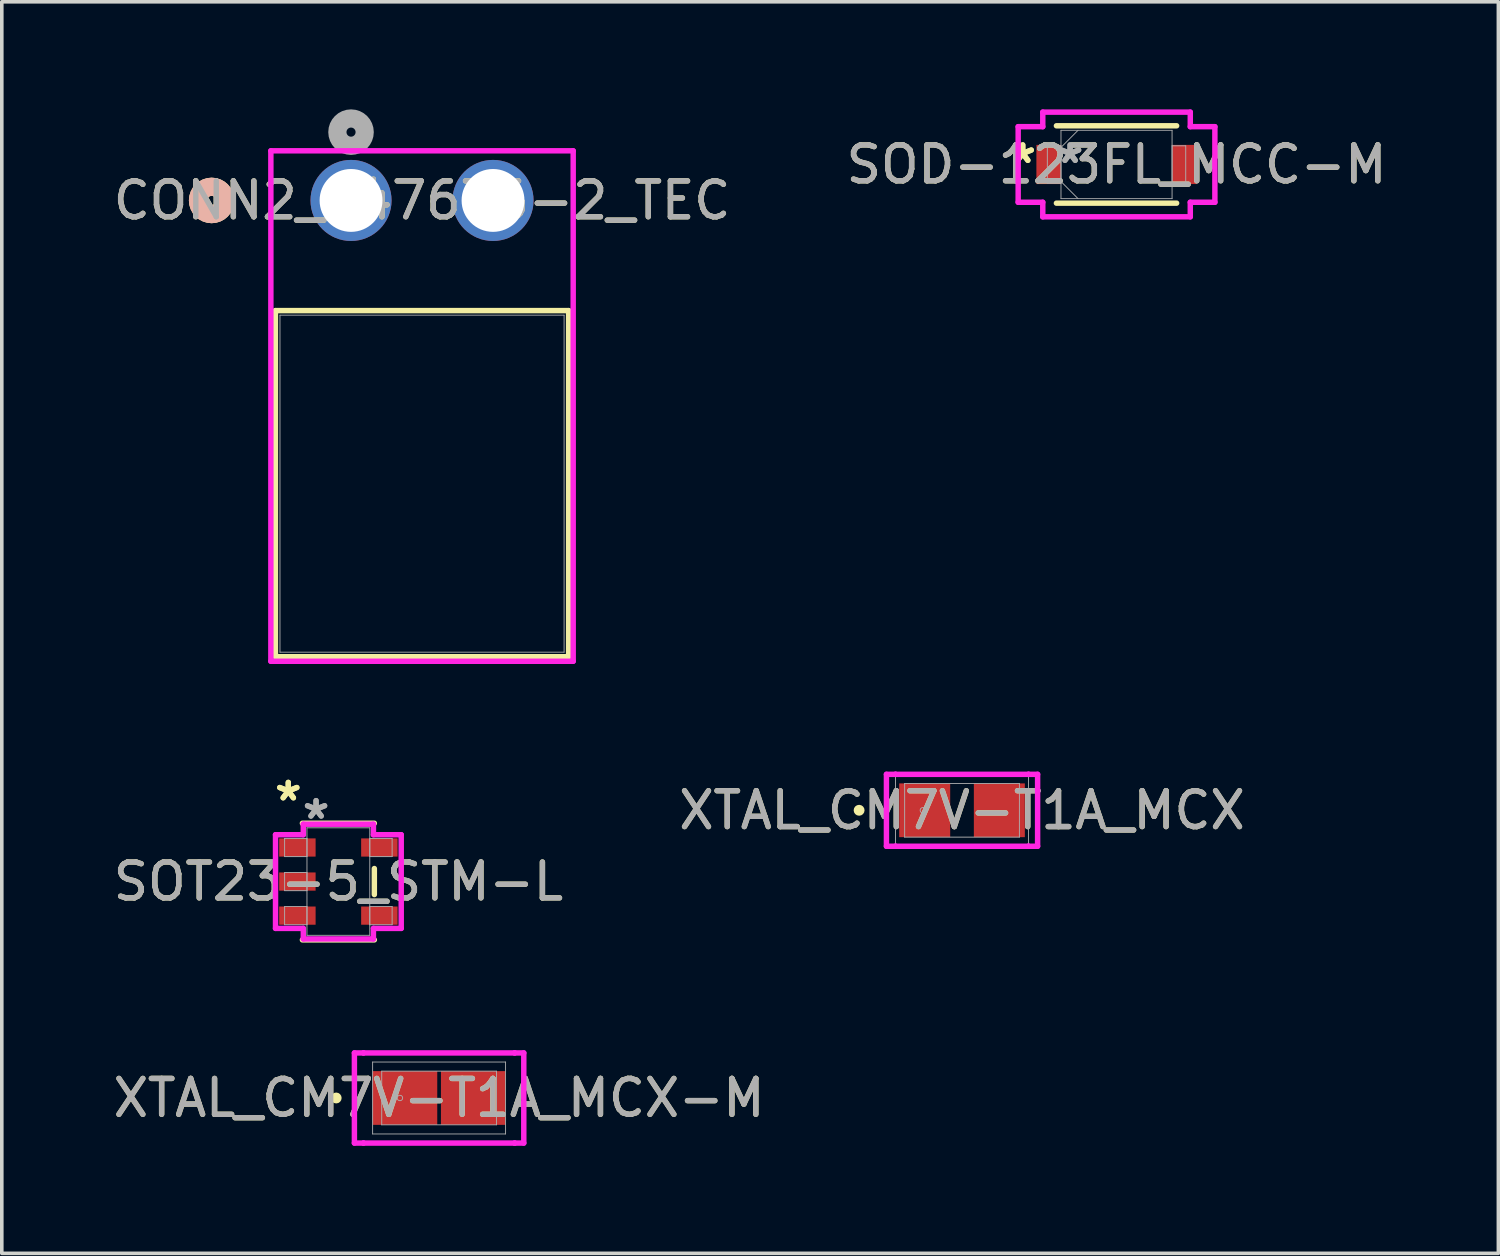
<source format=kicad_pcb>
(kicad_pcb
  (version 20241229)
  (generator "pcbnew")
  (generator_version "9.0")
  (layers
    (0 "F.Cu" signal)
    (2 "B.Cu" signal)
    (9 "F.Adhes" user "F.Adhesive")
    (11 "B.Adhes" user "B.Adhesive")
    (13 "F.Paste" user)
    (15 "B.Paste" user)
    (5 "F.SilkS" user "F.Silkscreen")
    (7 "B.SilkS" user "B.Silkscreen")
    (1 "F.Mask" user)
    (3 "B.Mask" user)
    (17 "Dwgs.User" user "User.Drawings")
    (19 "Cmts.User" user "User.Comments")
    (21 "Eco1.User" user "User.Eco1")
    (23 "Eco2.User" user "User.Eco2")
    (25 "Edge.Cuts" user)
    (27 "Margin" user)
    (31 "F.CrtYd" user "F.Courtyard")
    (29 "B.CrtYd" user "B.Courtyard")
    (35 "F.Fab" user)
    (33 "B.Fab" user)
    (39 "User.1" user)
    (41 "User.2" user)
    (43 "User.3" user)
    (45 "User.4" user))
  (footprint "XTAL_CM7V-T1A_MCX"
    (layer "F.Cu")
    (at 23.78 19.548)
    (property "Reference" "XTAL_CM7V-T1A_MCX" (at 0 0 0) (unlocked yes) (layer "F.SilkS") (effects (font (size 1 1) (thickness 0.15))))
    (attr smd)
    (fp_circle (center -2.87 0) (end -2.794 0) (stroke (width 0.152) (type solid)) (fill no) (layer "F.SilkS"))
    (fp_line (start -2.108 -1.003) (end -1.854 -1.003) (stroke (width 0.152) (type solid)) (layer "F.CrtYd"))
    (fp_line (start -2.108 1.003) (end -2.108 -1.003) (stroke (width 0.152) (type solid)) (layer "F.CrtYd"))
    (fp_line (start -1.854 -1.003) (end -1.854 -1.003) (stroke (width 0.152) (type solid)) (layer "F.CrtYd"))
    (fp_line (start -1.854 -1.003) (end 1.854 -1.003) (stroke (width 0.152) (type solid)) (layer "F.CrtYd"))
    (fp_line (start -1.854 1.003) (end -2.108 1.003) (stroke (width 0.152) (type solid)) (layer "F.CrtYd"))
    (fp_line (start -1.854 1.003) (end -1.854 1.003) (stroke (width 0.152) (type solid)) (layer "F.CrtYd"))
    (fp_line (start 1.854 -1.003) (end 1.854 -1.003) (stroke (width 0.152) (type solid)) (layer "F.CrtYd"))
    (fp_line (start 1.854 -1.003) (end 2.108 -1.003) (stroke (width 0.152) (type solid)) (layer "F.CrtYd"))
    (fp_line (start 1.854 1.003) (end -1.854 1.003) (stroke (width 0.152) (type solid)) (layer "F.CrtYd"))
    (fp_line (start 1.854 1.003) (end 1.854 1.003) (stroke (width 0.152) (type solid)) (layer "F.CrtYd"))
    (fp_line (start 2.108 -1.003) (end 2.108 1.003) (stroke (width 0.152) (type solid)) (layer "F.CrtYd"))
    (fp_line (start 2.108 1.003) (end 1.854 1.003) (stroke (width 0.152) (type solid)) (layer "F.CrtYd"))
    (fp_line (start -1.854 -1.003) (end 1.854 -1.003) (stroke (width 0.025) (type solid)) (layer "F.Fab"))
    (fp_line (start -1.854 1.003) (end -1.854 -1.003) (stroke (width 0.025) (type solid)) (layer "F.Fab"))
    (fp_line (start -1.6 -0.749) (end -1.6 0.749) (stroke (width 0.025) (type solid)) (layer "F.Fab"))
    (fp_line (start -1.6 0.749) (end 1.6 0.749) (stroke (width 0.025) (type solid)) (layer "F.Fab"))
    (fp_line (start 1.6 -0.749) (end -1.6 -0.749) (stroke (width 0.025) (type solid)) (layer "F.Fab"))
    (fp_line (start 1.6 0.749) (end 1.6 -0.749) (stroke (width 0.025) (type solid)) (layer "F.Fab"))
    (fp_line (start 1.854 -1.003) (end 1.854 1.003) (stroke (width 0.025) (type solid)) (layer "F.Fab"))
    (fp_line (start 1.854 1.003) (end -1.854 1.003) (stroke (width 0.025) (type solid)) (layer "F.Fab"))
    (fp_circle (center -1.092 0) (end -1.016 0) (stroke (width 0.025) (type solid)) (fill no) (layer "F.Fab"))
    (fp_text user "${REFERENCE}" (at 0 0 0) (unlocked yes) (layer "F.Fab") (effects (font (size 1 1) (thickness 0.15))))
    (pad "1" smd rect (at -1.041 0 90) (size 1.499 1.422) (layers "F.Cu" "F.Mask" "F.Paste"))
    (pad "2" smd rect (at 1.041 0 90) (size 1.499 1.422) (layers "F.Cu" "F.Mask" "F.Paste"))
    (zone (net_name "") (layer "F.Cu") (hatch full 0.508) (connect_pads) (min_thickness 0.254) (filled_areas_thickness no) (keepout (tracks not_allowed) (vias not_allowed) (pads allowed) (copperpour not_allowed) (footprints allowed)) (placement (enabled no)) (fill) (polygon (pts (xy 23.5 18.748) (xy 24.059 18.748) (xy 24.059 20.348) (xy 23.5 20.348)))))
  (footprint "SOD-123FL_MCC-M"
    (layer "F.Cu")
    (at 28.089 1.537)
    (property "Reference" "SOD-123FL_MCC-M" (at 0 0 0) (unlocked yes) (layer "F.SilkS") (effects (font (size 1 1) (thickness 0.15))))
    (attr smd)
    (fp_line (start -1.676 1.079) (end 1.676 1.079) (stroke (width 0.152) (type solid)) (layer "F.SilkS"))
    (fp_line (start 1.676 -1.079) (end -1.676 -1.079) (stroke (width 0.152) (type solid)) (layer "F.SilkS"))
    (fp_line (start -2.743 -1.054) (end -2.057 -1.054) (stroke (width 0.152) (type solid)) (layer "F.CrtYd"))
    (fp_line (start -2.743 1.054) (end -2.743 -1.054) (stroke (width 0.152) (type solid)) (layer "F.CrtYd"))
    (fp_line (start -2.057 -1.46) (end 2.057 -1.46) (stroke (width 0.152) (type solid)) (layer "F.CrtYd"))
    (fp_line (start -2.057 -1.054) (end -2.057 -1.46) (stroke (width 0.152) (type solid)) (layer "F.CrtYd"))
    (fp_line (start -2.057 1.054) (end -2.743 1.054) (stroke (width 0.152) (type solid)) (layer "F.CrtYd"))
    (fp_line (start -2.057 1.46) (end -2.057 1.054) (stroke (width 0.152) (type solid)) (layer "F.CrtYd"))
    (fp_line (start 2.057 -1.46) (end 2.057 -1.054) (stroke (width 0.152) (type solid)) (layer "F.CrtYd"))
    (fp_line (start 2.057 -1.054) (end 2.743 -1.054) (stroke (width 0.152) (type solid)) (layer "F.CrtYd"))
    (fp_line (start 2.057 1.054) (end 2.057 1.46) (stroke (width 0.152) (type solid)) (layer "F.CrtYd"))
    (fp_line (start 2.057 1.46) (end -2.057 1.46) (stroke (width 0.152) (type solid)) (layer "F.CrtYd"))
    (fp_line (start 2.743 -1.054) (end 2.743 1.054) (stroke (width 0.152) (type solid)) (layer "F.CrtYd"))
    (fp_line (start 2.743 1.054) (end 2.057 1.054) (stroke (width 0.152) (type solid)) (layer "F.CrtYd"))
    (fp_line (start -1.93 -0.521) (end -1.93 0.521) (stroke (width 0.025) (type solid)) (layer "F.Fab"))
    (fp_line (start -1.93 0.521) (end -1.549 0.521) (stroke (width 0.025) (type solid)) (layer "F.Fab"))
    (fp_line (start -1.549 -0.953) (end -1.549 0.953) (stroke (width 0.025) (type solid)) (layer "F.Fab"))
    (fp_line (start -1.549 -0.521) (end -1.93 -0.521) (stroke (width 0.025) (type solid)) (layer "F.Fab"))
    (fp_line (start -1.549 -0.476) (end -1.073 -0.953) (stroke (width 0.025) (type solid)) (layer "F.Fab"))
    (fp_line (start -1.549 0.476) (end -1.073 0.953) (stroke (width 0.025) (type solid)) (layer "F.Fab"))
    (fp_line (start -1.549 0.521) (end -1.549 -0.521) (stroke (width 0.025) (type solid)) (layer "F.Fab"))
    (fp_line (start -1.549 0.953) (end 1.549 0.953) (stroke (width 0.025) (type solid)) (layer "F.Fab"))
    (fp_line (start 1.549 -0.953) (end -1.549 -0.953) (stroke (width 0.025) (type solid)) (layer "F.Fab"))
    (fp_line (start 1.549 -0.521) (end 1.549 0.521) (stroke (width 0.025) (type solid)) (layer "F.Fab"))
    (fp_line (start 1.549 0.521) (end 1.93 0.521) (stroke (width 0.025) (type solid)) (layer "F.Fab"))
    (fp_line (start 1.549 0.953) (end 1.549 -0.953) (stroke (width 0.025) (type solid)) (layer "F.Fab"))
    (fp_line (start 1.93 -0.521) (end 1.549 -0.521) (stroke (width 0.025) (type solid)) (layer "F.Fab"))
    (fp_line (start 1.93 0.521) (end 1.93 -0.521) (stroke (width 0.025) (type solid)) (layer "F.Fab"))
    (fp_text user "*" (at -2.616 0 0) (layer "F.SilkS") (effects (font (size 1 1) (thickness 0.15))))
    (fp_text user "*" (at -2.616 0 0) (unlocked yes) (layer "F.SilkS") (effects (font (size 1 1) (thickness 0.15))))
    (fp_text user "${REFERENCE}" (at 0 0 0) (unlocked yes) (layer "F.Fab") (effects (font (size 1 1) (thickness 0.15))))
    (fp_text user "*" (at -1.295 0 0) (unlocked yes) (layer "F.Fab") (effects (font (size 1 1) (thickness 0.15))))
    (fp_text user "*" (at -1.295 0 0) (layer "F.Fab") (effects (font (size 1 1) (thickness 0.15))))
    (pad "1" smd rect (at -1.892 0) (size 0.686 1.092) (layers "F.Cu" "F.Mask" "F.Paste"))
    (pad "2" smd rect (at 1.892 0) (size 0.686 1.092) (layers "F.Cu" "F.Mask" "F.Paste"))
    (zone (net_name "") (layer "F.Cu") (hatch full 0.508) (connect_pads) (min_thickness 0.254) (filled_areas_thickness no) (keepout (tracks not_allowed) (vias not_allowed) (pads allowed) (copperpour not_allowed) (footprints allowed)) (placement (enabled no)) (fill) (polygon (pts (xy 26.591 0.635) (xy 29.588 0.635) (xy 29.588 2.438) (xy 26.591 2.438)))))
  (footprint "CONN2_647676-2_TEC"
    (layer "F.Cu")
    (at 6.74 2.54)
    (property "Reference" "CONN2_647676-2_TEC" (at 1.98 0 0) (unlocked yes) (layer "F.SilkS") (effects (font (size 1 1) (thickness 0.15))))
    (attr through_hole)
    (fp_line (start -2.109 3.073) (end -2.109 12.725) (stroke (width 0.152) (type solid)) (layer "F.SilkS"))
    (fp_line (start -2.109 12.725) (end 6.069 12.725) (stroke (width 0.152) (type solid)) (layer "F.SilkS"))
    (fp_line (start 6.069 3.073) (end -2.109 3.073) (stroke (width 0.152) (type solid)) (layer "F.SilkS"))
    (fp_line (start 6.069 12.725) (end 6.069 3.073) (stroke (width 0.152) (type solid)) (layer "F.SilkS"))
    (fp_circle (center -3.887 0) (end -3.506 0) (stroke (width 0.508) (type solid)) (fill no) (layer "F.SilkS"))
    (fp_circle (center -3.887 0) (end -3.506 0) (stroke (width 0.508) (type solid)) (fill no) (layer "B.SilkS"))
    (fp_line (start -2.236 -1.384) (end -2.236 12.852) (stroke (width 0.152) (type solid)) (layer "F.CrtYd"))
    (fp_line (start -2.236 12.852) (end 6.196 12.852) (stroke (width 0.152) (type solid)) (layer "F.CrtYd"))
    (fp_line (start 6.196 -1.384) (end -2.236 -1.384) (stroke (width 0.152) (type solid)) (layer "F.CrtYd"))
    (fp_line (start 6.196 12.852) (end 6.196 -1.384) (stroke (width 0.152) (type solid)) (layer "F.CrtYd"))
    (fp_line (start -1.982 3.2) (end -1.982 12.598) (stroke (width 0.025) (type solid)) (layer "F.Fab"))
    (fp_line (start -1.982 12.598) (end 5.942 12.598) (stroke (width 0.025) (type solid)) (layer "F.Fab"))
    (fp_line (start 5.942 3.2) (end -1.982 3.2) (stroke (width 0.025) (type solid)) (layer "F.Fab"))
    (fp_line (start 5.942 12.598) (end 5.942 3.2) (stroke (width 0.025) (type solid)) (layer "F.Fab"))
    (fp_circle (center 0 -1.905) (end 0.381 -1.905) (stroke (width 0.508) (type solid)) (fill no) (layer "F.Fab"))
    (fp_text user "${REFERENCE}" (at 1.98 0 0) (unlocked yes) (layer "F.Fab") (effects (font (size 1 1) (thickness 0.15))))
    (pad "1" thru_hole circle (at 0 0) (size 2.261 2.261) (drill 1.753) (layers "*.Cu" "*.Mask"))
    (pad "2" thru_hole circle (at 3.96 0) (size 2.261 2.261) (drill 1.753) (layers "*.Cu" "*.Mask")))
  (footprint "SOT23-5_STM-L"
    (layer "F.Cu")
    (at 6.387 21.536)
    (property "Reference" "SOT23-5_STM-L" (at 0 0 0) (unlocked yes) (layer "F.SilkS") (effects (font (size 1 1) (thickness 0.15))))
    (attr smd)
    (fp_line (start -1.003 1.626) (end 1.003 1.626) (stroke (width 0.152) (type solid)) (layer "F.SilkS"))
    (fp_line (start 1.003 -1.626) (end -1.003 -1.626) (stroke (width 0.152) (type solid)) (layer "F.SilkS"))
    (fp_line (start 1.003 0.363) (end 1.003 -0.363) (stroke (width 0.152) (type solid)) (layer "F.SilkS"))
    (fp_line (start -1.753 -1.306) (end -0.978 -1.306) (stroke (width 0.152) (type solid)) (layer "F.CrtYd"))
    (fp_line (start -1.753 1.306) (end -1.753 -1.306) (stroke (width 0.152) (type solid)) (layer "F.CrtYd"))
    (fp_line (start -0.978 -1.6) (end 0.978 -1.6) (stroke (width 0.152) (type solid)) (layer "F.CrtYd"))
    (fp_line (start -0.978 -1.306) (end -0.978 -1.6) (stroke (width 0.152) (type solid)) (layer "F.CrtYd"))
    (fp_line (start -0.978 1.306) (end -1.753 1.306) (stroke (width 0.152) (type solid)) (layer "F.CrtYd"))
    (fp_line (start -0.978 1.6) (end -0.978 1.306) (stroke (width 0.152) (type solid)) (layer "F.CrtYd"))
    (fp_line (start 0.978 -1.6) (end 0.978 -1.306) (stroke (width 0.152) (type solid)) (layer "F.CrtYd"))
    (fp_line (start 0.978 -1.306) (end 1.753 -1.306) (stroke (width 0.152) (type solid)) (layer "F.CrtYd"))
    (fp_line (start 0.978 1.306) (end 0.978 1.6) (stroke (width 0.152) (type solid)) (layer "F.CrtYd"))
    (fp_line (start 0.978 1.6) (end -0.978 1.6) (stroke (width 0.152) (type solid)) (layer "F.CrtYd"))
    (fp_line (start 1.753 -1.306) (end 1.753 1.306) (stroke (width 0.152) (type solid)) (layer "F.CrtYd"))
    (fp_line (start 1.753 1.306) (end 0.978 1.306) (stroke (width 0.152) (type solid)) (layer "F.CrtYd"))
    (fp_line (start -1.499 -1.204) (end -1.499 -0.696) (stroke (width 0.025) (type solid)) (layer "F.Fab"))
    (fp_line (start -1.499 -0.696) (end -0.876 -0.696) (stroke (width 0.025) (type solid)) (layer "F.Fab"))
    (fp_line (start -1.499 -0.254) (end -1.499 0.254) (stroke (width 0.025) (type solid)) (layer "F.Fab"))
    (fp_line (start -1.499 0.254) (end -0.876 0.254) (stroke (width 0.025) (type solid)) (layer "F.Fab"))
    (fp_line (start -1.499 0.696) (end -1.499 1.204) (stroke (width 0.025) (type solid)) (layer "F.Fab"))
    (fp_line (start -1.499 1.204) (end -0.876 1.204) (stroke (width 0.025) (type solid)) (layer "F.Fab"))
    (fp_line (start -0.876 -1.499) (end -0.876 1.499) (stroke (width 0.025) (type solid)) (layer "F.Fab"))
    (fp_line (start -0.876 -1.204) (end -1.499 -1.204) (stroke (width 0.025) (type solid)) (layer "F.Fab"))
    (fp_line (start -0.876 -0.696) (end -0.876 -1.204) (stroke (width 0.025) (type solid)) (layer "F.Fab"))
    (fp_line (start -0.876 -0.254) (end -1.499 -0.254) (stroke (width 0.025) (type solid)) (layer "F.Fab"))
    (fp_line (start -0.876 0.254) (end -0.876 -0.254) (stroke (width 0.025) (type solid)) (layer "F.Fab"))
    (fp_line (start -0.876 0.696) (end -1.499 0.696) (stroke (width 0.025) (type solid)) (layer "F.Fab"))
    (fp_line (start -0.876 1.204) (end -0.876 0.696) (stroke (width 0.025) (type solid)) (layer "F.Fab"))
    (fp_line (start -0.876 1.499) (end 0.876 1.499) (stroke (width 0.025) (type solid)) (layer "F.Fab"))
    (fp_line (start 0.876 -1.499) (end -0.876 -1.499) (stroke (width 0.025) (type solid)) (layer "F.Fab"))
    (fp_line (start 0.876 -1.204) (end 0.876 -0.696) (stroke (width 0.025) (type solid)) (layer "F.Fab"))
    (fp_line (start 0.876 -0.696) (end 1.499 -0.696) (stroke (width 0.025) (type solid)) (layer "F.Fab"))
    (fp_line (start 0.876 0.696) (end 0.876 1.204) (stroke (width 0.025) (type solid)) (layer "F.Fab"))
    (fp_line (start 0.876 1.204) (end 1.499 1.204) (stroke (width 0.025) (type solid)) (layer "F.Fab"))
    (fp_line (start 0.876 1.499) (end 0.876 -1.499) (stroke (width 0.025) (type solid)) (layer "F.Fab"))
    (fp_line (start 1.499 -1.204) (end 0.876 -1.204) (stroke (width 0.025) (type solid)) (layer "F.Fab"))
    (fp_line (start 1.499 -0.696) (end 1.499 -1.204) (stroke (width 0.025) (type solid)) (layer "F.Fab"))
    (fp_line (start 1.499 0.696) (end 0.876 0.696) (stroke (width 0.025) (type solid)) (layer "F.Fab"))
    (fp_line (start 1.499 1.204) (end 1.499 0.696) (stroke (width 0.025) (type solid)) (layer "F.Fab"))
    (fp_text user "*" (at -1.397 -2.22 0) (layer "F.SilkS") (effects (font (size 1 1) (thickness 0.15))))
    (fp_text user "*" (at -1.397 -2.22 0) (unlocked yes) (layer "F.SilkS") (effects (font (size 1 1) (thickness 0.15))))
    (fp_text user "${REFERENCE}" (at 0 0 0) (unlocked yes) (layer "F.Fab") (effects (font (size 1 1) (thickness 0.15))))
    (fp_text user "*" (at -0.622 -1.712 0) (layer "F.Fab") (effects (font (size 1 1) (thickness 0.15))))
    (fp_text user "*" (at -0.622 -1.712 0) (unlocked yes) (layer "F.Fab") (effects (font (size 1 1) (thickness 0.15))))
    (pad "1" smd rect (at -1.143 -0.95) (size 1.016 0.508) (layers "F.Cu" "F.Mask" "F.Paste"))
    (pad "2" smd rect (at -1.143 0) (size 1.016 0.508) (layers "F.Cu" "F.Mask" "F.Paste"))
    (pad "3" smd rect (at -1.143 0.95) (size 1.016 0.508) (layers "F.Cu" "F.Mask" "F.Paste"))
    (pad "4" smd rect (at 1.143 0.95) (size 1.016 0.508) (layers "F.Cu" "F.Mask" "F.Paste"))
    (pad "5" smd rect (at 1.143 -0.95) (size 1.016 0.508) (layers "F.Cu" "F.Mask" "F.Paste")))
  (footprint "XTAL_CM7V-T1A_MCX-M"
    (layer "F.Cu")
    (at 9.196 27.572)
    (property "Reference" "XTAL_CM7V-T1A_MCX-M" (at 0 0 0) (unlocked yes) (layer "F.SilkS") (effects (font (size 1 1) (thickness 0.15))))
    (attr smd)
    (fp_circle (center -2.87 0) (end -2.794 0) (stroke (width 0.152) (type solid)) (fill no) (layer "F.SilkS"))
    (fp_line (start -2.362 -1.257) (end -2.108 -1.257) (stroke (width 0.152) (type solid)) (layer "F.CrtYd"))
    (fp_line (start -2.362 1.257) (end -2.362 -1.257) (stroke (width 0.152) (type solid)) (layer "F.CrtYd"))
    (fp_line (start -2.108 -1.257) (end -2.108 -1.257) (stroke (width 0.152) (type solid)) (layer "F.CrtYd"))
    (fp_line (start -2.108 -1.257) (end 2.108 -1.257) (stroke (width 0.152) (type solid)) (layer "F.CrtYd"))
    (fp_line (start -2.108 1.257) (end -2.362 1.257) (stroke (width 0.152) (type solid)) (layer "F.CrtYd"))
    (fp_line (start -2.108 1.257) (end -2.108 1.257) (stroke (width 0.152) (type solid)) (layer "F.CrtYd"))
    (fp_line (start 2.108 -1.257) (end 2.108 -1.257) (stroke (width 0.152) (type solid)) (layer "F.CrtYd"))
    (fp_line (start 2.108 -1.257) (end 2.362 -1.257) (stroke (width 0.152) (type solid)) (layer "F.CrtYd"))
    (fp_line (start 2.108 1.257) (end -2.108 1.257) (stroke (width 0.152) (type solid)) (layer "F.CrtYd"))
    (fp_line (start 2.108 1.257) (end 2.108 1.257) (stroke (width 0.152) (type solid)) (layer "F.CrtYd"))
    (fp_line (start 2.362 -1.257) (end 2.362 1.257) (stroke (width 0.152) (type solid)) (layer "F.CrtYd"))
    (fp_line (start 2.362 1.257) (end 2.108 1.257) (stroke (width 0.152) (type solid)) (layer "F.CrtYd"))
    (fp_line (start -1.854 -1.003) (end 1.854 -1.003) (stroke (width 0.025) (type solid)) (layer "F.Fab"))
    (fp_line (start -1.854 1.003) (end -1.854 -1.003) (stroke (width 0.025) (type solid)) (layer "F.Fab"))
    (fp_line (start -1.6 -0.749) (end -1.6 0.749) (stroke (width 0.025) (type solid)) (layer "F.Fab"))
    (fp_line (start -1.6 0.749) (end 1.6 0.749) (stroke (width 0.025) (type solid)) (layer "F.Fab"))
    (fp_line (start 1.6 -0.749) (end -1.6 -0.749) (stroke (width 0.025) (type solid)) (layer "F.Fab"))
    (fp_line (start 1.6 0.749) (end 1.6 -0.749) (stroke (width 0.025) (type solid)) (layer "F.Fab"))
    (fp_line (start 1.854 -1.003) (end 1.854 1.003) (stroke (width 0.025) (type solid)) (layer "F.Fab"))
    (fp_line (start 1.854 1.003) (end -1.854 1.003) (stroke (width 0.025) (type solid)) (layer "F.Fab"))
    (fp_circle (center -1.092 0) (end -1.016 0) (stroke (width 0.025) (type solid)) (fill no) (layer "F.Fab"))
    (fp_text user "${REFERENCE}" (at 0 0 0) (unlocked yes) (layer "F.Fab") (effects (font (size 1 1) (thickness 0.15))))
    (pad "1" smd rect (at -0.953 0 90) (size 1.499 1.803) (layers "F.Cu" "F.Mask" "F.Paste"))
    (pad "2" smd rect (at 0.953 0 90) (size 1.499 1.803) (layers "F.Cu" "F.Mask" "F.Paste"))
    (zone (net_name "") (layer "F.Cu") (hatch edge 0.5) (connect_pads) (min_thickness 0.254) (filled_areas_thickness no) (keepout (tracks not_allowed) (vias not_allowed) (pads allowed) (copperpour not_allowed) (footprints allowed)) (placement (enabled no)) (fill) (polygon (pts (xy 9.196 26.772) (xy 9.196 28.372)))))
  (gr_rect
    (start -3 -3)
    (end 38.738 31.905)
    (stroke (width 0.1) (type default))
    (fill no)
    (layer "Edge.Cuts")))
</source>
